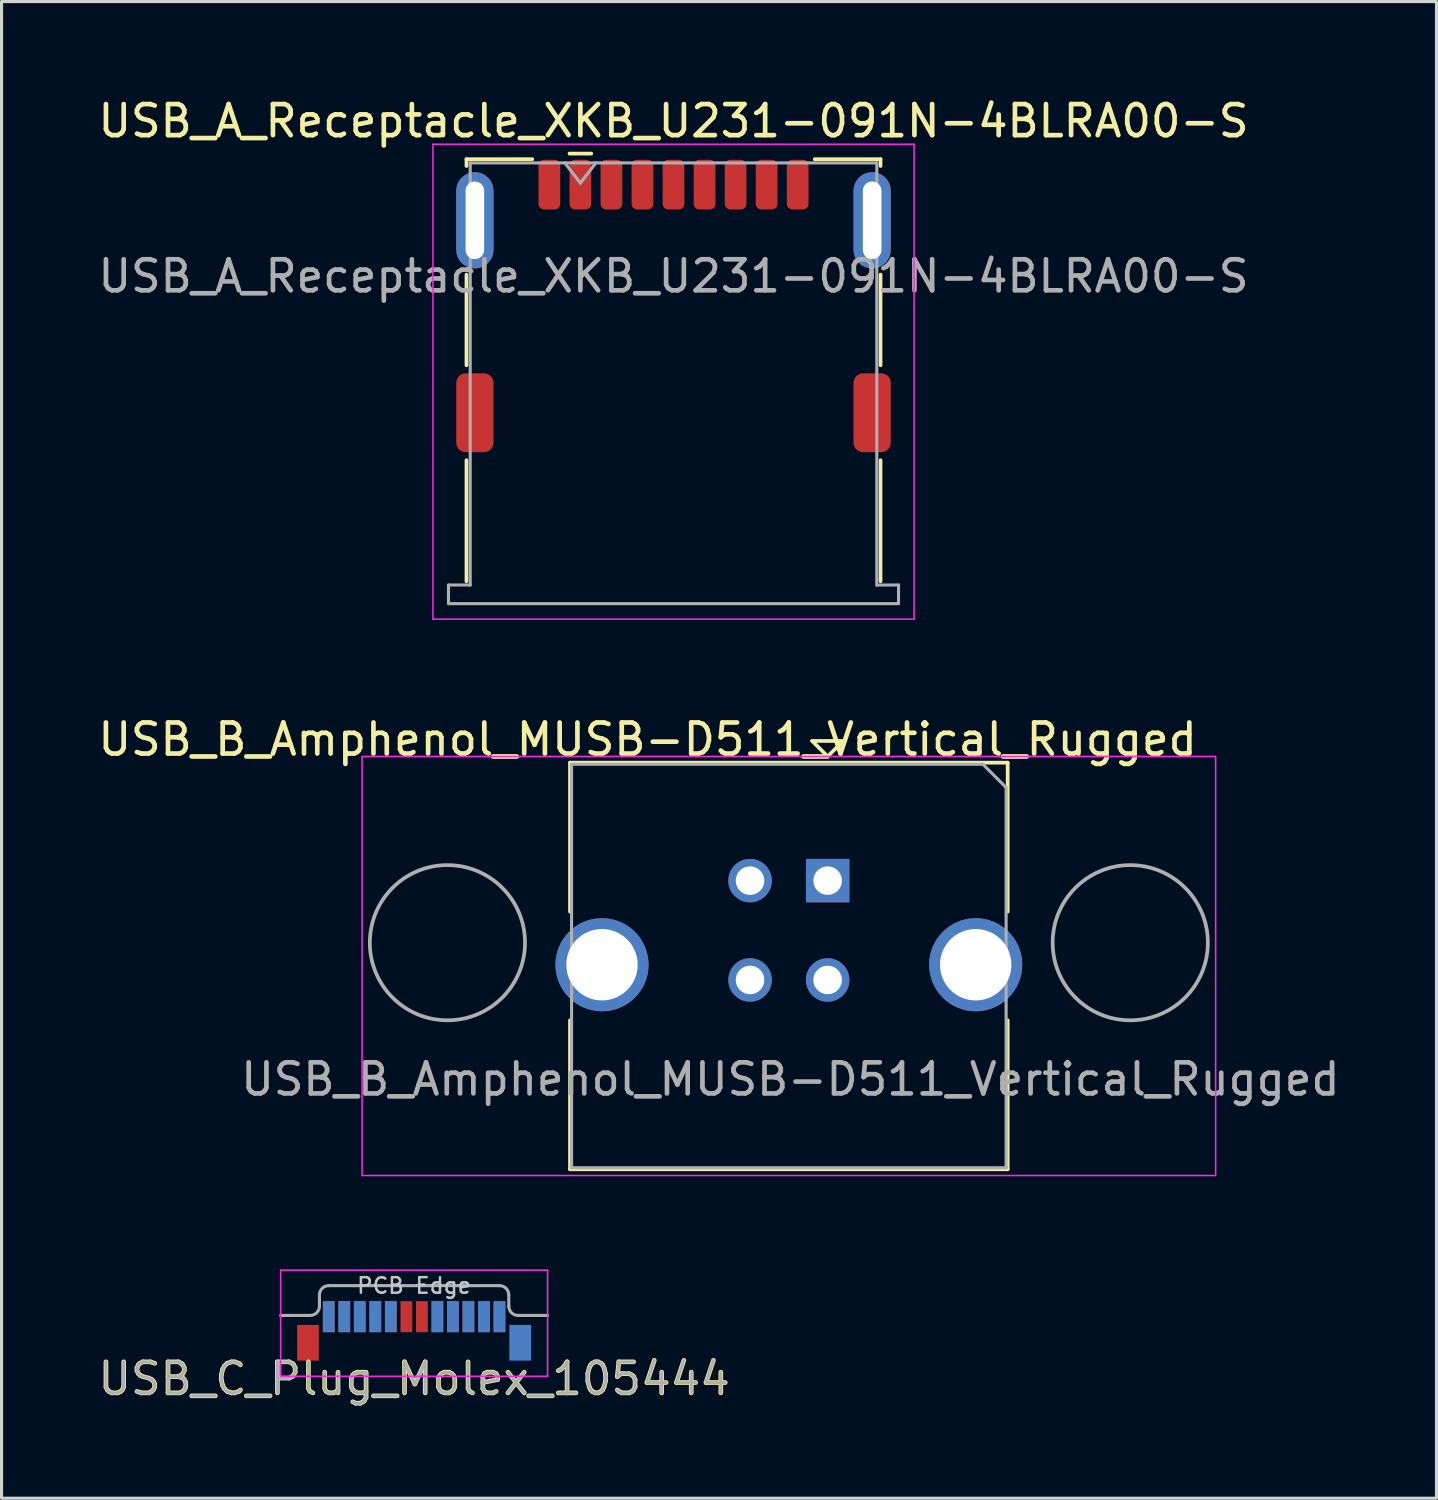
<source format=kicad_pcb>
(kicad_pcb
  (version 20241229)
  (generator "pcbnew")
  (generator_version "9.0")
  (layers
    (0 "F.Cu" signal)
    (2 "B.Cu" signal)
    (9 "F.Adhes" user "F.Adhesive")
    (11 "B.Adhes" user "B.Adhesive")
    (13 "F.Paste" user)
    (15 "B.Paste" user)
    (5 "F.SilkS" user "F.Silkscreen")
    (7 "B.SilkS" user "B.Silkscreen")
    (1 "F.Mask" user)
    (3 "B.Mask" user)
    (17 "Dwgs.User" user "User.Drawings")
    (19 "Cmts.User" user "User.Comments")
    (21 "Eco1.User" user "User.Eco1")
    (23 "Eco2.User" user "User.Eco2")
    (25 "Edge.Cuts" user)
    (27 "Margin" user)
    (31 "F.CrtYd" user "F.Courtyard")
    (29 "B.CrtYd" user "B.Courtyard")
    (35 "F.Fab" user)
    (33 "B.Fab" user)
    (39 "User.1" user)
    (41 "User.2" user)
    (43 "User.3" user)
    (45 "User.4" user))
  (footprint "USB_C_Plug_Molex_105444"
    (layer "F.Cu")
    (at 10.292 39.331)
    (property "Reference" "USB_C_Plug_Molex_105444" (at 0 2.04 0) (layer "F.SilkS") (effects (font (size 1 1) (thickness 0.15))))
    (attr smd)
    (fp_line (start -4.3 1.96) (end -4.3 -1.46) (stroke (width 0.05) (type solid)) (layer "F.CrtYd"))
    (fp_line (start 4.3 -1.46) (end -4.3 -1.46) (stroke (width 0.05) (type solid)) (layer "F.CrtYd"))
    (fp_line (start 4.3 1.96) (end -4.3 1.96) (stroke (width 0.05) (type solid)) (layer "F.CrtYd"))
    (fp_line (start 4.3 1.96) (end 4.3 -1.46) (stroke (width 0.05) (type solid)) (layer "F.CrtYd"))
    (fp_line (start -3.35 0) (end -4.3 0) (stroke (width 0.1) (type solid)) (layer "F.Fab"))
    (fp_line (start -3.05 -0.66) (end -3.05 -0.3) (stroke (width 0.1) (type solid)) (layer "F.Fab"))
    (fp_line (start -2.75 -0.96) (end 2.75 -0.96) (stroke (width 0.1) (type solid)) (layer "F.Fab"))
    (fp_line (start 3.05 -0.66) (end 3.05 -0.3) (stroke (width 0.1) (type solid)) (layer "F.Fab"))
    (fp_line (start 3.35 0) (end 4.3 0) (stroke (width 0.1) (type solid)) (layer "F.Fab"))
    (fp_arc (start -3.05 -0.66) (mid -2.962132 -0.872132) (end -2.75 -0.96) (stroke (width 0.1) (type solid)) (layer "F.Fab"))
    (fp_arc (start -3.05 -0.3) (mid -3.137868 -0.087868) (end -3.35 0) (stroke (width 0.1) (type solid)) (layer "F.Fab"))
    (fp_arc (start 2.75 -0.96) (mid 2.962132 -0.872132) (end 3.05 -0.66) (stroke (width 0.1) (type solid)) (layer "F.Fab"))
    (fp_arc (start 3.35 0) (mid 3.137868 -0.087868) (end 3.05 -0.3) (stroke (width 0.1) (type solid)) (layer "F.Fab"))
    (fp_text user "PCB Edge" (at 0 -0.96 0) (layer "Dwgs.User") (effects (font (size 0.5 0.5) (thickness 0.08))))
    (fp_text user "${REFERENCE}" (at 0 2.04 0) (layer "F.Fab") (effects (font (size 1 1) (thickness 0.1))))
    (pad "A1" smd rect (at -2.75 0.04) (size 0.38 1) (layers "F.Cu" "F.Mask" "F.Paste"))
    (pad "A2" smd rect (at -2.25 0.04) (size 0.38 1) (layers "F.Cu" "F.Mask" "F.Paste"))
    (pad "A3" smd rect (at -1.75 0.04) (size 0.38 1) (layers "F.Cu" "F.Mask" "F.Paste"))
    (pad "A4" smd rect (at -1.25 0.04) (size 0.38 1) (layers "F.Cu" "F.Mask" "F.Paste"))
    (pad "A5" smd rect (at -0.75 0.04) (size 0.38 1) (layers "F.Cu" "F.Mask" "F.Paste"))
    (pad "A6" smd rect (at -0.25 0.04) (size 0.38 1) (layers "F.Cu" "F.Mask" "F.Paste"))
    (pad "A7" smd rect (at 0.25 0.04) (size 0.38 1) (layers "F.Cu" "F.Mask" "F.Paste"))
    (pad "A8" smd rect (at 0.75 0.04) (size 0.38 1) (layers "F.Cu" "F.Mask" "F.Paste"))
    (pad "A9" smd rect (at 1.25 0.04) (size 0.38 1) (layers "F.Cu" "F.Mask" "F.Paste"))
    (pad "A10" smd rect (at 1.75 0.04) (size 0.38 1) (layers "F.Cu" "F.Mask" "F.Paste"))
    (pad "A11" smd rect (at 2.25 0.04) (size 0.38 1) (layers "F.Cu" "F.Mask" "F.Paste"))
    (pad "A12" smd rect (at 2.75 0.04) (size 0.38 1) (layers "F.Cu" "F.Mask" "F.Paste"))
    (pad "B1" smd rect (at 2.75 0.04) (size 0.38 1) (layers "B.Cu" "B.Mask" "B.Paste"))
    (pad "B2" smd rect (at 2.25 0.04) (size 0.38 1) (layers "B.Cu" "B.Mask" "B.Paste"))
    (pad "B3" smd rect (at 1.75 0.04) (size 0.38 1) (layers "B.Cu" "B.Mask" "B.Paste"))
    (pad "B4" smd rect (at 1.25 0.04) (size 0.38 1) (layers "B.Cu" "B.Mask" "B.Paste"))
    (pad "B5" smd rect (at 0.75 0.04) (size 0.38 1) (layers "B.Cu" "B.Mask" "B.Paste"))
    (pad "B8" smd rect (at -0.75 0.04) (size 0.38 1) (layers "B.Cu" "B.Mask" "B.Paste"))
    (pad "B9" smd rect (at -1.25 0.04) (size 0.38 1) (layers "B.Cu" "B.Mask" "B.Paste"))
    (pad "B10" smd rect (at -1.75 0.04) (size 0.38 1) (layers "B.Cu" "B.Mask" "B.Paste"))
    (pad "B11" smd rect (at -2.25 0.04) (size 0.38 1) (layers "B.Cu" "B.Mask" "B.Paste"))
    (pad "B12" smd rect (at -2.75 0.04) (size 0.38 1) (layers "B.Cu" "B.Mask" "B.Paste"))
    (pad "S1" smd rect (at -3.42 0.88) (size 0.7 1.15) (layers "F.Cu" "F.Mask" "F.Paste"))
    (pad "S1" smd rect (at 3.42 0.88) (size 0.7 1.15) (layers "B.Cu" "B.Mask" "B.Paste")))
  (footprint "USB_A_Receptacle_XKB_U231-091N-4BLRA00-S"
    (layer "F.Cu")
    (at 18.649 9.298)
    (property "Reference" "USB_A_Receptacle_XKB_U231-091N-4BLRA00-S" (at 0 -8.45 0) (layer "F.SilkS") (effects (font (size 1 1) (thickness 0.15))))
    (attr smd)
    (fp_line (start -6.67 -7.22) (end -4.55 -7.22) (stroke (width 0.12) (type solid)) (layer "F.SilkS"))
    (fp_line (start -6.67 -7) (end -6.67 -7.22) (stroke (width 0.12) (type solid)) (layer "F.SilkS"))
    (fp_line (start -6.67 -3.5) (end -6.67 -0.58) (stroke (width 0.12) (type solid)) (layer "F.SilkS"))
    (fp_line (start -6.67 2.48) (end -6.67 6.38) (stroke (width 0.12) (type default)) (layer "F.SilkS"))
    (fp_line (start -3.35 -7.4) (end -2.65 -7.4) (stroke (width 0.12) (type solid)) (layer "F.SilkS"))
    (fp_line (start 4.55 -7.22) (end 6.67 -7.22) (stroke (width 0.12) (type solid)) (layer "F.SilkS"))
    (fp_line (start 6.67 -7.22) (end 6.67 -7) (stroke (width 0.12) (type solid)) (layer "F.SilkS"))
    (fp_line (start 6.67 -3.5) (end 6.67 -0.58) (stroke (width 0.12) (type solid)) (layer "F.SilkS"))
    (fp_line (start 6.67 2.48) (end 6.67 6.38) (stroke (width 0.12) (type default)) (layer "F.SilkS"))
    (fp_line (start -7.75 -7.7) (end -7.75 7.6) (stroke (width 0.05) (type solid)) (layer "F.CrtYd"))
    (fp_line (start -7.75 7.6) (end 7.75 7.6) (stroke (width 0.05) (type solid)) (layer "F.CrtYd"))
    (fp_line (start 7.75 -7.7) (end -7.75 -7.7) (stroke (width 0.05) (type solid)) (layer "F.CrtYd"))
    (fp_line (start 7.75 7.6) (end 7.75 -7.7) (stroke (width 0.05) (type solid)) (layer "F.CrtYd"))
    (fp_line (start -7.25 6.5) (end -7.25 7.1) (stroke (width 0.1) (type solid)) (layer "F.Fab"))
    (fp_line (start -7.25 7.1) (end 7.25 7.1) (stroke (width 0.1) (type solid)) (layer "F.Fab"))
    (fp_line (start -6.55 -7.1) (end -6.55 6.5) (stroke (width 0.1) (type solid)) (layer "F.Fab"))
    (fp_line (start -6.55 6.5) (end -7.25 6.5) (stroke (width 0.1) (type solid)) (layer "F.Fab"))
    (fp_line (start -3.5 -7.1) (end -3 -6.45) (stroke (width 0.1) (type solid)) (layer "F.Fab"))
    (fp_line (start -3 -6.45) (end -2.5 -7.1) (stroke (width 0.1) (type solid)) (layer "F.Fab"))
    (fp_line (start 6.55 -7.1) (end -6.55 -7.1) (stroke (width 0.1) (type solid)) (layer "F.Fab"))
    (fp_line (start 6.55 6.5) (end 6.55 -7.1) (stroke (width 0.1) (type solid)) (layer "F.Fab"))
    (fp_line (start 6.55 6.5) (end 7.25 6.5) (stroke (width 0.1) (type solid)) (layer "F.Fab"))
    (fp_line (start 7.25 6.5) (end 7.25 7.1) (stroke (width 0.1) (type solid)) (layer "F.Fab"))
    (fp_text user "${REFERENCE}" (at 0 -3.45 0) (layer "F.Fab") (effects (font (size 1 1) (thickness 0.15))))
    (pad "1" smd roundrect (at -3 -6.4) (size 0.7 1.6) (layers "F.Cu" "F.Mask" "F.Paste") (roundrect_rratio 0.25))
    (pad "2" smd roundrect (at -1 -6.4) (size 0.7 1.6) (layers "F.Cu" "F.Mask" "F.Paste") (roundrect_rratio 0.25))
    (pad "3" smd roundrect (at 1 -6.4) (size 0.7 1.6) (layers "F.Cu" "F.Mask" "F.Paste") (roundrect_rratio 0.25))
    (pad "4" smd roundrect (at 3 -6.4) (size 0.7 1.6) (layers "F.Cu" "F.Mask" "F.Paste") (roundrect_rratio 0.25))
    (pad "5" smd roundrect (at 4 -6.4) (size 0.7 1.6) (layers "F.Cu" "F.Mask" "F.Paste") (roundrect_rratio 0.25))
    (pad "6" smd roundrect (at 2 -6.4) (size 0.7 1.6) (layers "F.Cu" "F.Mask" "F.Paste") (roundrect_rratio 0.25))
    (pad "7" smd roundrect (at 0 -6.4) (size 0.7 1.6) (layers "F.Cu" "F.Mask" "F.Paste") (roundrect_rratio 0.25))
    (pad "8" smd roundrect (at -2 -6.4) (size 0.7 1.6) (layers "F.Cu" "F.Mask" "F.Paste") (roundrect_rratio 0.25))
    (pad "9" smd roundrect (at -4 -6.4) (size 0.7 1.6) (layers "F.Cu" "F.Mask" "F.Paste") (roundrect_rratio 0.25))
    (pad "10" thru_hole oval (at -6.4 -5.25) (size 1.2 3.1) (drill oval 0.6 2.5) (property pad_prop_heatsink) (layers "*.Cu" "*.Mask"))
    (pad "10" smd roundrect (at -6.4 0.95) (size 1.2 2.54) (layers "F.Cu" "F.Mask" "F.Paste") (roundrect_rratio 0.25))
    (pad "10" thru_hole oval (at 6.4 -5.25) (size 1.2 3.1) (drill oval 0.6 2.5) (property pad_prop_heatsink) (layers "*.Cu" "*.Mask"))
    (pad "10" smd roundrect (at 6.4 0.95) (size 1.2 2.54) (layers "F.Cu" "F.Mask" "F.Paste") (roundrect_rratio 0.25)))
  (footprint "USB_B_Amphenol_MUSB-D511_Vertical_Rugged"
    (layer "F.Cu")
    (at 23.615 25.322)
    (property "Reference" "USB_B_Amphenol_MUSB-D511_Vertical_Rugged" (at -5.8 -4.55 0) (layer "F.SilkS") (effects (font (size 1 1) (thickness 0.15))))
    (attr through_hole)
    (fp_line (start -8.3 -3.8) (end 5.8 -3.8) (stroke (width 0.12) (type solid)) (layer "F.SilkS"))
    (fp_line (start -8.3 1) (end -8.3 -3.8) (stroke (width 0.12) (type solid)) (layer "F.SilkS"))
    (fp_line (start -8.3 9.3) (end -8.3 4.5) (stroke (width 0.12) (type solid)) (layer "F.SilkS"))
    (fp_line (start -0.5 -4.5) (end 0 -4) (stroke (width 0.12) (type solid)) (layer "F.SilkS"))
    (fp_line (start 0 -4) (end 0.5 -4.5) (stroke (width 0.12) (type solid)) (layer "F.SilkS"))
    (fp_line (start 0.5 -4.5) (end -0.5 -4.5) (stroke (width 0.12) (type solid)) (layer "F.SilkS"))
    (fp_line (start 5.8 -3.8) (end 5.8 1) (stroke (width 0.12) (type solid)) (layer "F.SilkS"))
    (fp_line (start 5.8 4.5) (end 5.8 9.3) (stroke (width 0.12) (type solid)) (layer "F.SilkS"))
    (fp_line (start 5.8 9.3) (end -8.3 9.3) (stroke (width 0.12) (type solid)) (layer "F.SilkS"))
    (fp_line (start -15 -4) (end -15 9.5) (stroke (width 0.05) (type solid)) (layer "F.CrtYd"))
    (fp_line (start -15 -4) (end 12.5 -4) (stroke (width 0.05) (type solid)) (layer "F.CrtYd"))
    (fp_line (start 12.5 9.5) (end -15 9.5) (stroke (width 0.05) (type solid)) (layer "F.CrtYd"))
    (fp_line (start 12.5 9.5) (end 12.5 -4) (stroke (width 0.05) (type solid)) (layer "F.CrtYd"))
    (fp_line (start -8.25 -3.75) (end 5 -3.75) (stroke (width 0.1) (type solid)) (layer "F.Fab"))
    (fp_line (start -8.25 9.25) (end -8.25 -3.75) (stroke (width 0.1) (type solid)) (layer "F.Fab"))
    (fp_line (start 5 -3.75) (end 5.75 -3) (stroke (width 0.1) (type solid)) (layer "F.Fab"))
    (fp_line (start 5.75 -3) (end 5.75 9.25) (stroke (width 0.1) (type solid)) (layer "F.Fab"))
    (fp_line (start 5.75 9.25) (end -8.25 9.25) (stroke (width 0.1) (type solid)) (layer "F.Fab"))
    (fp_circle (center -12.25 2) (end -12.25 4.5) (stroke (width 0.12) (type solid)) (fill no) (layer "F.Fab"))
    (fp_circle (center 9.75 2) (end 9.75 4.5) (stroke (width 0.12) (type solid)) (fill no) (layer "F.Fab"))
    (fp_text user "${REFERENCE}" (at -1.2 6.4 0) (layer "F.Fab") (effects (font (size 1 1) (thickness 0.15))))
    (pad "1" thru_hole rect (at 0 0) (size 1.4 1.4) (drill 0.92) (layers "*.Cu" "*.Mask"))
    (pad "2" thru_hole circle (at -2.5 0) (size 1.4 1.4) (drill 0.92) (layers "*.Cu" "*.Mask"))
    (pad "3" thru_hole circle (at -2.5 3.2) (size 1.4 1.4) (drill 0.92) (layers "*.Cu" "*.Mask"))
    (pad "4" thru_hole circle (at 0 3.2) (size 1.4 1.4) (drill 0.92) (layers "*.Cu" "*.Mask"))
    (pad "5" thru_hole circle (at -7.27 2.71) (size 3 3) (drill 2.3) (layers "*.Cu" "*.Mask"))
    (pad "5" thru_hole circle (at 4.77 2.71) (size 3 3) (drill 2.3) (layers "*.Cu" "*.Mask")))
  (gr_rect
    (start -3 -3)
    (end 43.231 45.22)
    (stroke (width 0.1) (type default))
    (fill no)
    (layer "Edge.Cuts")))
</source>
